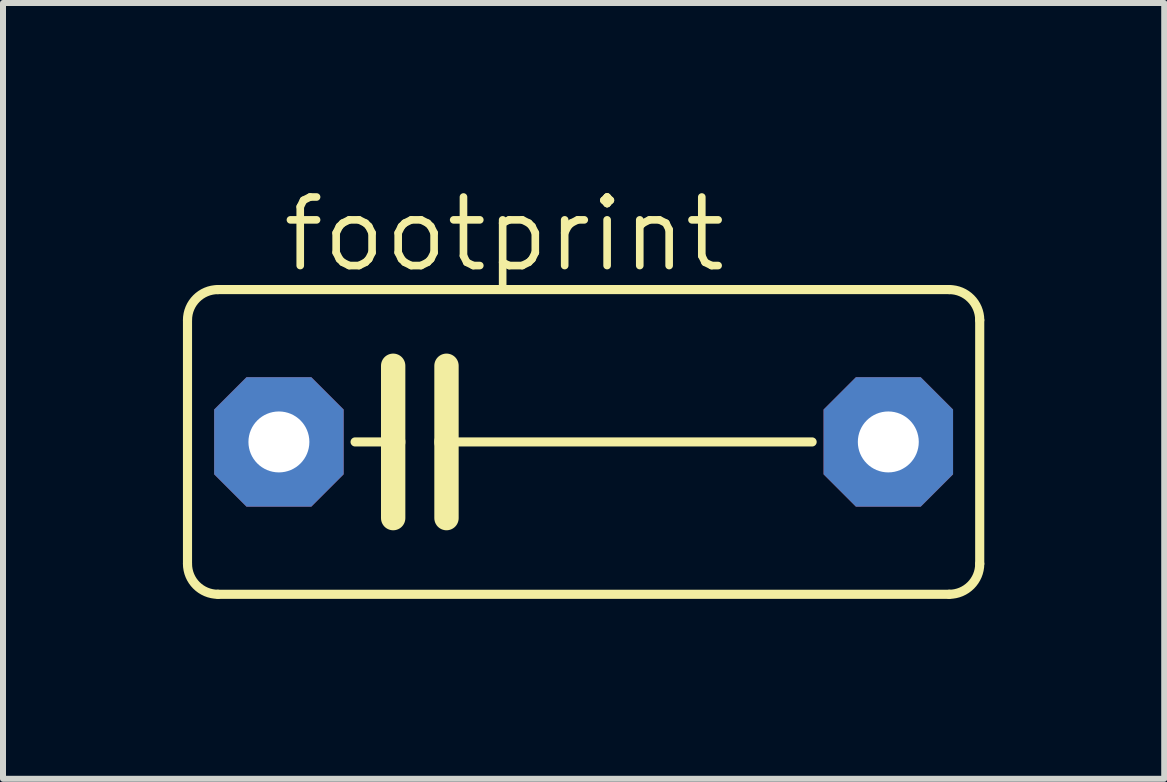
<source format=kicad_pcb>
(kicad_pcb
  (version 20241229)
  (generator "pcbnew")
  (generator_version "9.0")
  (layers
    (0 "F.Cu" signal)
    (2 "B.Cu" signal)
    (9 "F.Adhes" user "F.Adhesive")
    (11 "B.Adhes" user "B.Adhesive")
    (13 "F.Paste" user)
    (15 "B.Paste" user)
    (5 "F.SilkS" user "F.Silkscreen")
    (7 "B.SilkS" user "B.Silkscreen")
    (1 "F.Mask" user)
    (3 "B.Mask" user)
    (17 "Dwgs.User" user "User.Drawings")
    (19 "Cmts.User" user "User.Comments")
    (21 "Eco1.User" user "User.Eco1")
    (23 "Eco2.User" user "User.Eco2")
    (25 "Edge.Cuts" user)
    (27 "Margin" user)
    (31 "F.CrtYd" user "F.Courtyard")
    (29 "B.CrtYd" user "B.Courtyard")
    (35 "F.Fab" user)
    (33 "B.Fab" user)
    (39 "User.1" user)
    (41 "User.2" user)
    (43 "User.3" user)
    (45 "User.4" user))
  (footprint "footprint"
    (layer "F.Cu")
    (at 6.68 4.318)
    (property "Reference" "footprint" (at -5.08 -2.794 0) (layer "F.SilkS") (effects (font (size 1.143 1.143) (thickness 0.127)) (justify left bottom)))
    (fp_line (start -6.604 2.032) (end -6.604 -2.032) (stroke (width 0.152) (type solid)) (layer "F.SilkS"))
    (fp_line (start -6.096 -2.54) (end 6.096 -2.54) (stroke (width 0.152) (type solid)) (layer "F.SilkS"))
    (fp_line (start -3.81 0) (end -3.175 0) (stroke (width 0.152) (type solid)) (layer "F.SilkS"))
    (fp_line (start -3.175 -1.27) (end -3.175 0) (stroke (width 0.406) (type solid)) (layer "F.SilkS"))
    (fp_line (start -3.175 0) (end -3.175 1.27) (stroke (width 0.406) (type solid)) (layer "F.SilkS"))
    (fp_line (start -2.286 -1.27) (end -2.286 0) (stroke (width 0.406) (type solid)) (layer "F.SilkS"))
    (fp_line (start -2.286 0) (end -2.286 1.27) (stroke (width 0.406) (type solid)) (layer "F.SilkS"))
    (fp_line (start 3.81 0) (end -2.286 0) (stroke (width 0.152) (type solid)) (layer "F.SilkS"))
    (fp_line (start 6.096 2.54) (end -6.096 2.54) (stroke (width 0.152) (type solid)) (layer "F.SilkS"))
    (fp_line (start 6.604 -2.032) (end 6.604 2.032) (stroke (width 0.152) (type solid)) (layer "F.SilkS"))
    (fp_arc (start -6.604 -2.032) (mid -6.45521 -2.39121) (end -6.096 -2.54) (stroke (width 0.1524) (type solid)) (layer "F.SilkS"))
    (fp_arc (start -6.096 2.54) (mid -6.45521 2.39121) (end -6.604 2.032) (stroke (width 0.1524) (type solid)) (layer "F.SilkS"))
    (fp_arc (start 6.096 -2.54) (mid 6.45521 -2.39121) (end 6.604 -2.032) (stroke (width 0.1524) (type solid)) (layer "F.SilkS"))
    (fp_arc (start 6.604 2.032) (mid 6.45521 2.39121) (end 6.096 2.54) (stroke (width 0.1524) (type solid)) (layer "F.SilkS"))
    (pad "1" thru_hole roundrect (at -5.08 0) (size 2.159 2.159) (drill 1.016) (layers "*.Cu" "*.Mask") (roundrect_rratio 0.25) (chamfer_ratio 0.25) (chamfer top_left top_right bottom_left bottom_right))
    (pad "2" thru_hole roundrect (at 5.08 0) (size 2.159 2.159) (drill 1.016) (layers "*.Cu" "*.Mask") (roundrect_rratio 0.25) (chamfer_ratio 0.25) (chamfer top_left top_right bottom_left bottom_right)))
  (gr_rect
    (start -3 -3)
    (end 16.36 9.934)
    (stroke (width 0.1) (type default))
    (fill no)
    (layer "Edge.Cuts")))
</source>
